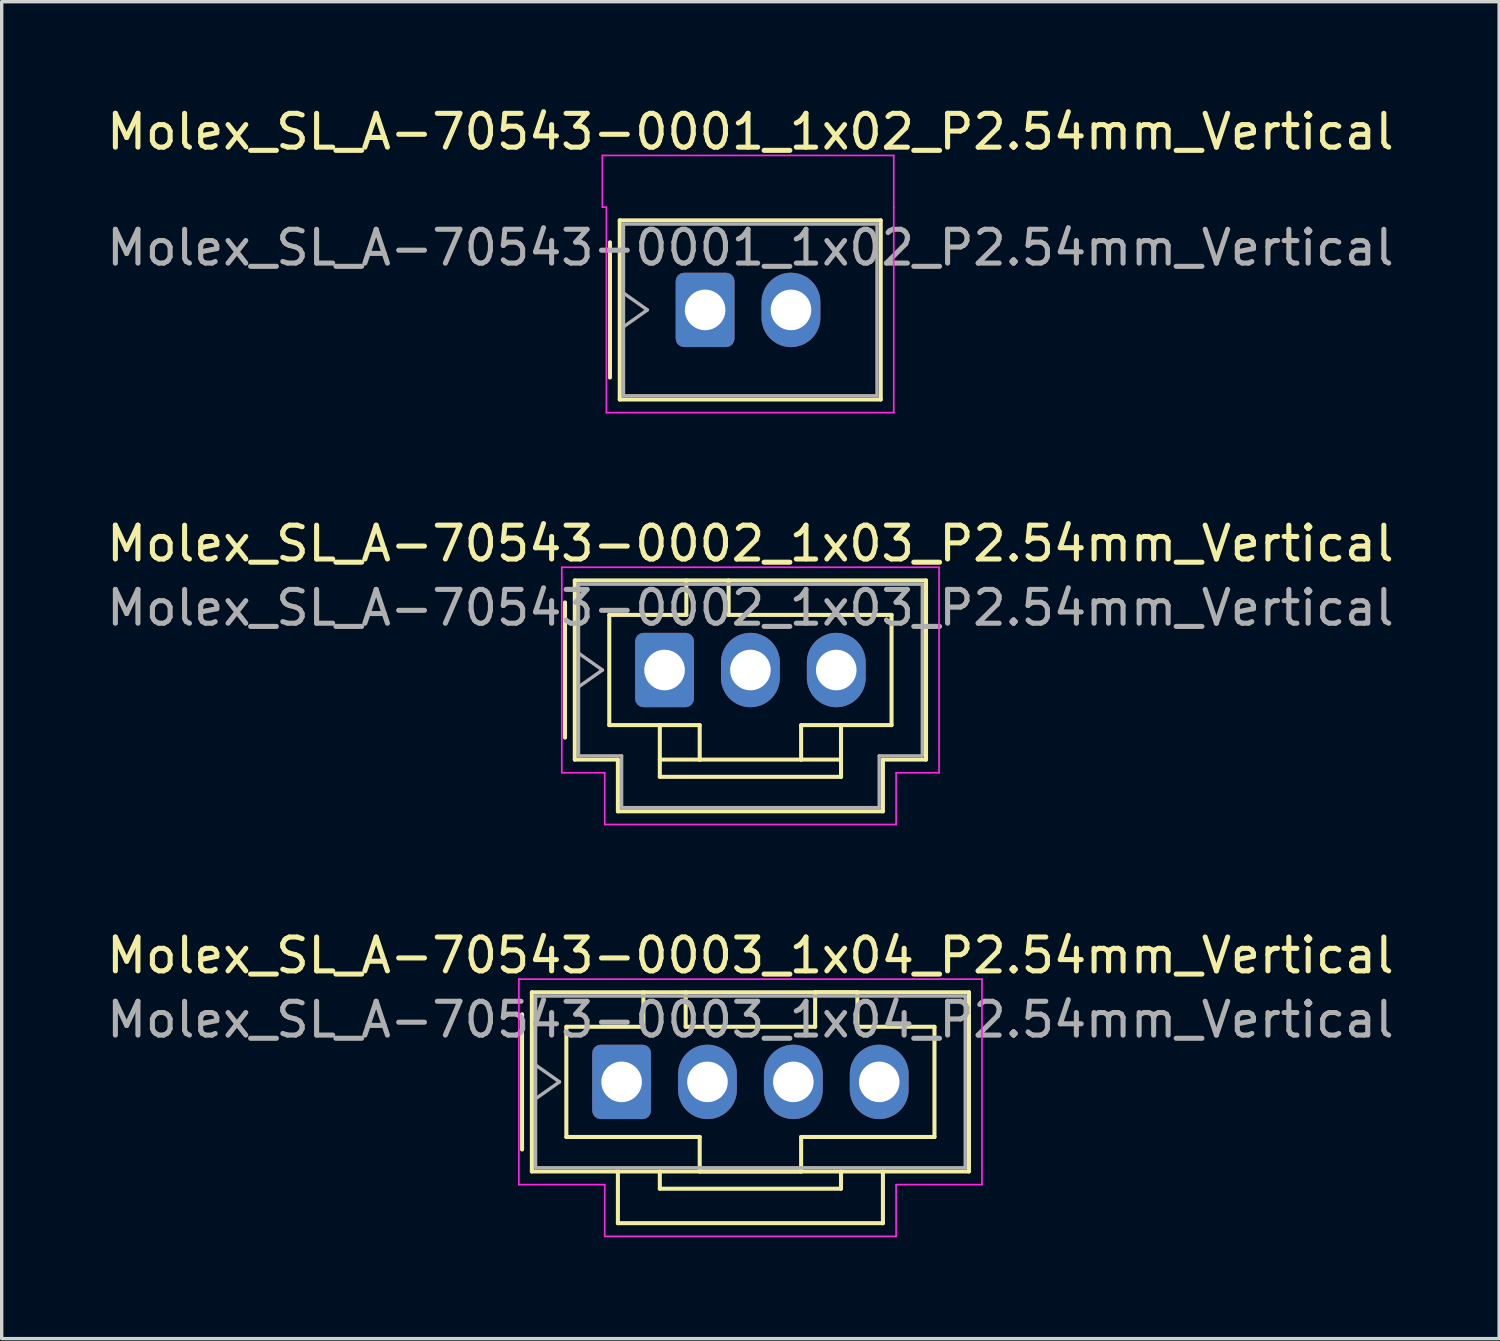
<source format=kicad_pcb>
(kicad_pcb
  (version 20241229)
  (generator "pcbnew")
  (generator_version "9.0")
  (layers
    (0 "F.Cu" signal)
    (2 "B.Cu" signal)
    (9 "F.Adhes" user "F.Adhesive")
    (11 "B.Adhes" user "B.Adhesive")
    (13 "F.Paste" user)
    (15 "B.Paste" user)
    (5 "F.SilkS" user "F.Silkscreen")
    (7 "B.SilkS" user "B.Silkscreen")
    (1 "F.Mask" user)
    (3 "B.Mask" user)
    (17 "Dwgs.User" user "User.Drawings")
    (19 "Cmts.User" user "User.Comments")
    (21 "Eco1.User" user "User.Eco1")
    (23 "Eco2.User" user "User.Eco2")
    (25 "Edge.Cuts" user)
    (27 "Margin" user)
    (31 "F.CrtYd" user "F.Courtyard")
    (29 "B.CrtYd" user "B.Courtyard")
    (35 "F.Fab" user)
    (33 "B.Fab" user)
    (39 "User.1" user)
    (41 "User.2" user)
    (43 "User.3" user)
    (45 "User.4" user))
  (footprint "Molex_SL_A-70543-0003_1x04_P2.54mm_Vertical"
    (layer "F.Cu")
    (at 15.339 28.955)
    (property "Reference" "Molex_SL_A-70543-0003_1x04_P2.54mm_Vertical" (at 3.81 -3.74 0) (layer "F.SilkS") (effects (font (size 1 1) (thickness 0.15))))
    (attr through_hole)
    (fp_line (start -2.945 -2) (end -2.945 2) (stroke (width 0.12) (type solid)) (layer "F.SilkS"))
    (fp_line (start -2.655 -2.65) (end -2.655 2.65) (stroke (width 0.12) (type solid)) (layer "F.SilkS"))
    (fp_line (start -2.655 2.65) (end 10.275 2.65) (stroke (width 0.12) (type solid)) (layer "F.SilkS"))
    (fp_line (start -1.635 -1.63) (end -1.635 1.63) (stroke (width 0.12) (type solid)) (layer "F.SilkS"))
    (fp_line (start -1.635 1.63) (end 2.31 1.63) (stroke (width 0.12) (type solid)) (layer "F.SilkS"))
    (fp_line (start -0.11 2.65) (end -0.11 4.18) (stroke (width 0.12) (type solid)) (layer "F.SilkS"))
    (fp_line (start -0.11 4.18) (end 7.73 4.18) (stroke (width 0.12) (type solid)) (layer "F.SilkS"))
    (fp_line (start 0.645 -2.65) (end 0.645 -1.63) (stroke (width 0.12) (type solid)) (layer "F.SilkS"))
    (fp_line (start 0.645 -1.63) (end -1.635 -1.63) (stroke (width 0.12) (type solid)) (layer "F.SilkS"))
    (fp_line (start 1.13 2.65) (end 1.13 3.16) (stroke (width 0.12) (type solid)) (layer "F.SilkS"))
    (fp_line (start 1.13 3.16) (end 6.49 3.16) (stroke (width 0.12) (type solid)) (layer "F.SilkS"))
    (fp_line (start 1.895 -1.63) (end 1.895 -2.65) (stroke (width 0.12) (type solid)) (layer "F.SilkS"))
    (fp_line (start 2.31 1.63) (end 2.31 2.65) (stroke (width 0.12) (type solid)) (layer "F.SilkS"))
    (fp_line (start 2.31 2.65) (end 5.31 2.65) (stroke (width 0.12) (type solid)) (layer "F.SilkS"))
    (fp_line (start 5.31 1.63) (end 9.255 1.63) (stroke (width 0.12) (type solid)) (layer "F.SilkS"))
    (fp_line (start 5.31 2.65) (end 5.31 1.63) (stroke (width 0.12) (type solid)) (layer "F.SilkS"))
    (fp_line (start 5.725 -2.65) (end 5.725 -1.63) (stroke (width 0.12) (type solid)) (layer "F.SilkS"))
    (fp_line (start 5.725 -1.63) (end 1.895 -1.63) (stroke (width 0.12) (type solid)) (layer "F.SilkS"))
    (fp_line (start 6.49 3.16) (end 6.49 2.65) (stroke (width 0.12) (type solid)) (layer "F.SilkS"))
    (fp_line (start 6.975 -2.65) (end 5.725 -2.65) (stroke (width 0.12) (type solid)) (layer "F.SilkS"))
    (fp_line (start 6.975 -1.63) (end 6.975 -2.65) (stroke (width 0.12) (type solid)) (layer "F.SilkS"))
    (fp_line (start 7.73 4.18) (end 7.73 2.65) (stroke (width 0.12) (type solid)) (layer "F.SilkS"))
    (fp_line (start 9.255 -1.63) (end 6.975 -1.63) (stroke (width 0.12) (type solid)) (layer "F.SilkS"))
    (fp_line (start 9.255 1.63) (end 9.255 -1.63) (stroke (width 0.12) (type solid)) (layer "F.SilkS"))
    (fp_line (start 10.275 -2.65) (end -2.655 -2.65) (stroke (width 0.12) (type solid)) (layer "F.SilkS"))
    (fp_line (start 10.275 2.65) (end 10.275 -2.65) (stroke (width 0.12) (type solid)) (layer "F.SilkS"))
    (fp_line (start -3.04 -3.04) (end -3.04 3.04) (stroke (width 0.05) (type solid)) (layer "F.CrtYd"))
    (fp_line (start -3.04 3.04) (end -0.5 3.04) (stroke (width 0.05) (type solid)) (layer "F.CrtYd"))
    (fp_line (start -0.5 3.04) (end -0.5 4.57) (stroke (width 0.05) (type solid)) (layer "F.CrtYd"))
    (fp_line (start -0.5 4.57) (end 8.12 4.57) (stroke (width 0.05) (type solid)) (layer "F.CrtYd"))
    (fp_line (start 8.12 3.04) (end 10.66 3.04) (stroke (width 0.05) (type solid)) (layer "F.CrtYd"))
    (fp_line (start 8.12 4.57) (end 8.12 3.04) (stroke (width 0.05) (type solid)) (layer "F.CrtYd"))
    (fp_line (start 10.66 -3.04) (end -3.04 -3.04) (stroke (width 0.05) (type solid)) (layer "F.CrtYd"))
    (fp_line (start 10.66 3.04) (end 10.66 -3.04) (stroke (width 0.05) (type solid)) (layer "F.CrtYd"))
    (fp_line (start -2.545 -2.54) (end -2.545 2.54) (stroke (width 0.1) (type solid)) (layer "F.Fab"))
    (fp_line (start -2.545 -0.5) (end -1.838 0) (stroke (width 0.1) (type solid)) (layer "F.Fab"))
    (fp_line (start -2.545 2.54) (end 10.165 2.54) (stroke (width 0.1) (type solid)) (layer "F.Fab"))
    (fp_line (start -1.838 0) (end -2.545 0.5) (stroke (width 0.1) (type solid)) (layer "F.Fab"))
    (fp_line (start 10.165 -2.54) (end -2.545 -2.54) (stroke (width 0.1) (type solid)) (layer "F.Fab"))
    (fp_line (start 10.165 2.54) (end 10.165 -2.54) (stroke (width 0.1) (type solid)) (layer "F.Fab"))
    (fp_text user "${REFERENCE}" (at 3.81 -1.84 0) (layer "F.Fab") (effects (font (size 1 1) (thickness 0.15))))
    (pad "1" thru_hole roundrect (at 0 0) (size 1.74 2.2) (drill 1.2) (layers "*.Cu" "*.Mask") (roundrect_rratio 0.144))
    (pad "2" thru_hole oval (at 2.54 0) (size 1.74 2.2) (drill 1.2) (layers "*.Cu" "*.Mask"))
    (pad "3" thru_hole oval (at 5.08 0) (size 1.74 2.2) (drill 1.2) (layers "*.Cu" "*.Mask"))
    (pad "4" thru_hole oval (at 7.62 0) (size 1.74 2.2) (drill 1.2) (layers "*.Cu" "*.Mask")))
  (footprint "Molex_SL_A-70543-0002_1x03_P2.54mm_Vertical"
    (layer "F.Cu")
    (at 16.609 16.771)
    (property "Reference" "Molex_SL_A-70543-0002_1x03_P2.54mm_Vertical" (at 2.54 -3.74 0) (layer "F.SilkS") (effects (font (size 1 1) (thickness 0.15))))
    (attr through_hole)
    (fp_line (start -2.945 -2) (end -2.945 2) (stroke (width 0.12) (type solid)) (layer "F.SilkS"))
    (fp_line (start -2.655 -2.65) (end 7.735 -2.65) (stroke (width 0.12) (type solid)) (layer "F.SilkS"))
    (fp_line (start -2.655 2.65) (end -2.655 -2.65) (stroke (width 0.12) (type solid)) (layer "F.SilkS"))
    (fp_line (start -2.655 2.65) (end -1.38 2.65) (stroke (width 0.12) (type solid)) (layer "F.SilkS"))
    (fp_line (start -1.635 -1.63) (end -1.635 1.63) (stroke (width 0.12) (type solid)) (layer "F.SilkS"))
    (fp_line (start -1.635 1.63) (end 1.04 1.63) (stroke (width 0.12) (type solid)) (layer "F.SilkS"))
    (fp_line (start -1.38 2.65) (end -1.38 4.18) (stroke (width 0.12) (type solid)) (layer "F.SilkS"))
    (fp_line (start -1.38 4.18) (end 6.46 4.18) (stroke (width 0.12) (type solid)) (layer "F.SilkS"))
    (fp_line (start -0.14 1.63) (end -0.14 3.16) (stroke (width 0.12) (type solid)) (layer "F.SilkS"))
    (fp_line (start -0.14 2.65) (end 1.04 2.65) (stroke (width 0.12) (type solid)) (layer "F.SilkS"))
    (fp_line (start -0.14 3.16) (end 5.22 3.16) (stroke (width 0.12) (type solid)) (layer "F.SilkS"))
    (fp_line (start 0.645 -2.65) (end 0.645 -1.63) (stroke (width 0.12) (type solid)) (layer "F.SilkS"))
    (fp_line (start 0.645 -1.63) (end -1.635 -1.63) (stroke (width 0.12) (type solid)) (layer "F.SilkS"))
    (fp_line (start 1.04 1.63) (end 1.04 2.65) (stroke (width 0.12) (type solid)) (layer "F.SilkS"))
    (fp_line (start 1.04 2.65) (end 4.04 2.65) (stroke (width 0.12) (type solid)) (layer "F.SilkS"))
    (fp_line (start 1.895 -1.63) (end 1.895 -2.65) (stroke (width 0.12) (type solid)) (layer "F.SilkS"))
    (fp_line (start 4.04 1.63) (end 6.715 1.63) (stroke (width 0.12) (type solid)) (layer "F.SilkS"))
    (fp_line (start 4.04 2.65) (end 4.04 1.63) (stroke (width 0.12) (type solid)) (layer "F.SilkS"))
    (fp_line (start 5.22 2.65) (end 4.04 2.65) (stroke (width 0.12) (type solid)) (layer "F.SilkS"))
    (fp_line (start 5.22 3.16) (end 5.22 1.63) (stroke (width 0.12) (type solid)) (layer "F.SilkS"))
    (fp_line (start 6.46 4.18) (end 6.46 2.65) (stroke (width 0.12) (type solid)) (layer "F.SilkS"))
    (fp_line (start 6.715 -1.63) (end 1.895 -1.63) (stroke (width 0.12) (type solid)) (layer "F.SilkS"))
    (fp_line (start 6.715 1.63) (end 6.715 -1.63) (stroke (width 0.12) (type solid)) (layer "F.SilkS"))
    (fp_line (start 7.735 -2.65) (end 7.735 2.65) (stroke (width 0.12) (type solid)) (layer "F.SilkS"))
    (fp_line (start 7.735 2.65) (end 6.46 2.65) (stroke (width 0.12) (type solid)) (layer "F.SilkS"))
    (fp_line (start -3.04 -3.04) (end -3.04 3.04) (stroke (width 0.05) (type solid)) (layer "F.CrtYd"))
    (fp_line (start -3.04 3.04) (end -1.77 3.04) (stroke (width 0.05) (type solid)) (layer "F.CrtYd"))
    (fp_line (start -1.77 3.04) (end -1.77 4.57) (stroke (width 0.05) (type solid)) (layer "F.CrtYd"))
    (fp_line (start -1.77 4.57) (end 6.85 4.57) (stroke (width 0.05) (type solid)) (layer "F.CrtYd"))
    (fp_line (start 6.85 3.04) (end 8.12 3.04) (stroke (width 0.05) (type solid)) (layer "F.CrtYd"))
    (fp_line (start 6.85 4.57) (end 6.85 3.04) (stroke (width 0.05) (type solid)) (layer "F.CrtYd"))
    (fp_line (start 8.12 -3.04) (end -3.04 -3.04) (stroke (width 0.05) (type solid)) (layer "F.CrtYd"))
    (fp_line (start 8.12 3.04) (end 8.12 -3.04) (stroke (width 0.05) (type solid)) (layer "F.CrtYd"))
    (fp_line (start -2.545 -2.54) (end -2.545 2.54) (stroke (width 0.1) (type solid)) (layer "F.Fab"))
    (fp_line (start -2.545 -0.5) (end -1.838 0) (stroke (width 0.1) (type solid)) (layer "F.Fab"))
    (fp_line (start -2.545 2.54) (end -1.27 2.54) (stroke (width 0.1) (type solid)) (layer "F.Fab"))
    (fp_line (start -1.838 0) (end -2.545 0.5) (stroke (width 0.1) (type solid)) (layer "F.Fab"))
    (fp_line (start -1.27 2.54) (end -1.27 4.07) (stroke (width 0.1) (type solid)) (layer "F.Fab"))
    (fp_line (start -1.27 4.07) (end 6.35 4.07) (stroke (width 0.1) (type solid)) (layer "F.Fab"))
    (fp_line (start 6.35 2.54) (end 7.625 2.54) (stroke (width 0.1) (type solid)) (layer "F.Fab"))
    (fp_line (start 6.35 4.07) (end 6.35 2.54) (stroke (width 0.1) (type solid)) (layer "F.Fab"))
    (fp_line (start 7.625 -2.54) (end -2.545 -2.54) (stroke (width 0.1) (type solid)) (layer "F.Fab"))
    (fp_line (start 7.625 2.54) (end 7.625 -2.54) (stroke (width 0.1) (type solid)) (layer "F.Fab"))
    (fp_text user "${REFERENCE}" (at 2.54 -1.84 0) (layer "F.Fab") (effects (font (size 1 1) (thickness 0.15))))
    (pad "1" thru_hole roundrect (at 0 0) (size 1.74 2.2) (drill 1.2) (layers "*.Cu" "*.Mask") (roundrect_rratio 0.144))
    (pad "2" thru_hole oval (at 2.54 0) (size 1.74 2.2) (drill 1.2) (layers "*.Cu" "*.Mask"))
    (pad "3" thru_hole oval (at 5.08 0) (size 1.74 2.2) (drill 1.2) (layers "*.Cu" "*.Mask")))
  (footprint "Molex_SL_A-70543-0001_1x02_P2.54mm_Vertical"
    (layer "F.Cu")
    (at 17.809 6.118)
    (property "Reference" "Molex_SL_A-70543-0001_1x02_P2.54mm_Vertical" (at 1.34 -5.27 0) (layer "F.SilkS") (effects (font (size 1 1) (thickness 0.15))))
    (attr through_hole)
    (fp_line (start -2.815 -2) (end -2.815 2) (stroke (width 0.12) (type solid)) (layer "F.SilkS"))
    (fp_line (start -2.525 -2.65) (end -2.525 2.65) (stroke (width 0.12) (type solid)) (layer "F.SilkS"))
    (fp_line (start -2.525 2.65) (end 5.195 2.65) (stroke (width 0.12) (type solid)) (layer "F.SilkS"))
    (fp_line (start 5.195 -2.65) (end -2.525 -2.65) (stroke (width 0.12) (type solid)) (layer "F.SilkS"))
    (fp_line (start 5.195 2.65) (end 5.195 -2.65) (stroke (width 0.12) (type solid)) (layer "F.SilkS"))
    (fp_line (start -3.04 -4.57) (end 5.58 -4.57) (stroke (width 0.05) (type solid)) (layer "F.CrtYd"))
    (fp_line (start -3.04 -3.04) (end -3.04 -4.57) (stroke (width 0.05) (type solid)) (layer "F.CrtYd"))
    (fp_line (start -2.92 -3.04) (end -3.04 -3.04) (stroke (width 0.05) (type solid)) (layer "F.CrtYd"))
    (fp_line (start -2.92 3.04) (end -2.92 -3.04) (stroke (width 0.05) (type solid)) (layer "F.CrtYd"))
    (fp_line (start 5.58 -4.57) (end 5.58 -3.04) (stroke (width 0.05) (type solid)) (layer "F.CrtYd"))
    (fp_line (start 5.58 -3.04) (end 5.58 -3.04) (stroke (width 0.05) (type solid)) (layer "F.CrtYd"))
    (fp_line (start 5.58 -3.04) (end 5.58 3.04) (stroke (width 0.05) (type solid)) (layer "F.CrtYd"))
    (fp_line (start 5.58 3.04) (end -2.92 3.04) (stroke (width 0.05) (type solid)) (layer "F.CrtYd"))
    (fp_line (start -2.415 -2.54) (end -2.415 2.54) (stroke (width 0.1) (type solid)) (layer "F.Fab"))
    (fp_line (start -2.415 -0.5) (end -1.708 0) (stroke (width 0.1) (type solid)) (layer "F.Fab"))
    (fp_line (start -2.415 2.54) (end 5.085 2.54) (stroke (width 0.1) (type solid)) (layer "F.Fab"))
    (fp_line (start -1.708 0) (end -2.415 0.5) (stroke (width 0.1) (type solid)) (layer "F.Fab"))
    (fp_line (start 5.085 -2.54) (end -2.415 -2.54) (stroke (width 0.1) (type solid)) (layer "F.Fab"))
    (fp_line (start 5.085 2.54) (end 5.085 -2.54) (stroke (width 0.1) (type solid)) (layer "F.Fab"))
    (fp_text user "${REFERENCE}" (at 1.34 -1.84 0) (layer "F.Fab") (effects (font (size 1 1) (thickness 0.15))))
    (pad "1" thru_hole roundrect (at 0 0) (size 1.74 2.2) (drill 1.2) (layers "*.Cu" "*.Mask") (roundrect_rratio 0.144))
    (pad "2" thru_hole oval (at 2.54 0) (size 1.74 2.2) (drill 1.2) (layers "*.Cu" "*.Mask")))
  (gr_rect
    (start -3 -3)
    (end 41.298 36.55)
    (stroke (width 0.1) (type default))
    (fill no)
    (layer "Edge.Cuts")))
</source>
